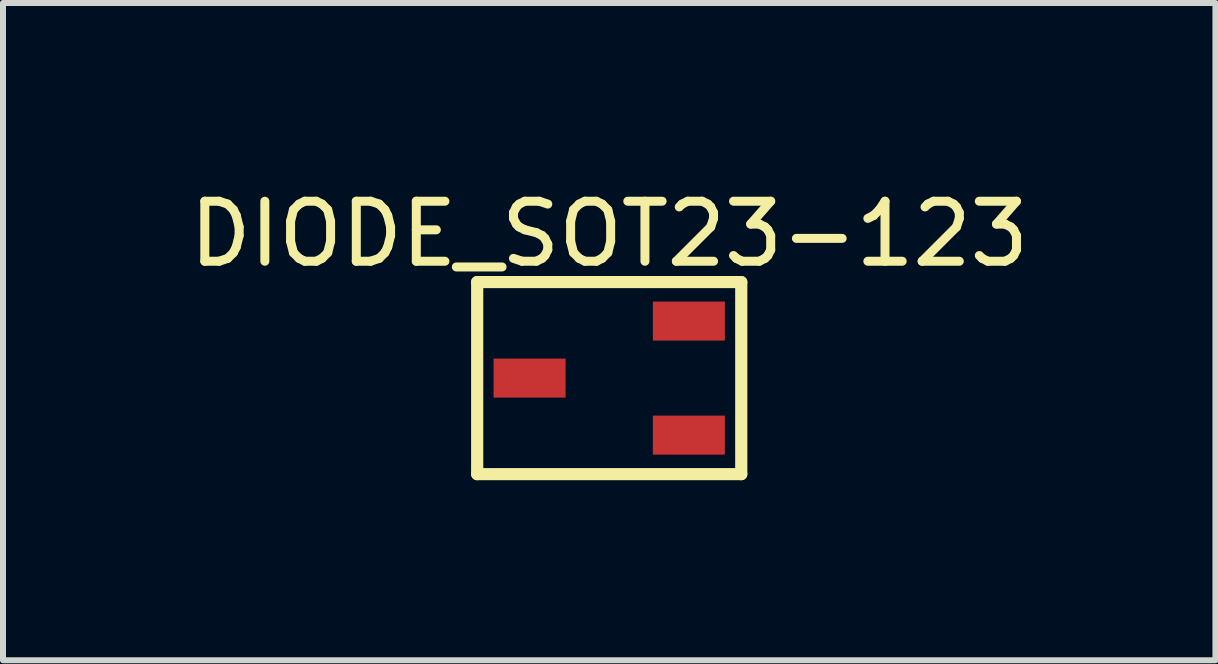
<source format=kicad_pcb>
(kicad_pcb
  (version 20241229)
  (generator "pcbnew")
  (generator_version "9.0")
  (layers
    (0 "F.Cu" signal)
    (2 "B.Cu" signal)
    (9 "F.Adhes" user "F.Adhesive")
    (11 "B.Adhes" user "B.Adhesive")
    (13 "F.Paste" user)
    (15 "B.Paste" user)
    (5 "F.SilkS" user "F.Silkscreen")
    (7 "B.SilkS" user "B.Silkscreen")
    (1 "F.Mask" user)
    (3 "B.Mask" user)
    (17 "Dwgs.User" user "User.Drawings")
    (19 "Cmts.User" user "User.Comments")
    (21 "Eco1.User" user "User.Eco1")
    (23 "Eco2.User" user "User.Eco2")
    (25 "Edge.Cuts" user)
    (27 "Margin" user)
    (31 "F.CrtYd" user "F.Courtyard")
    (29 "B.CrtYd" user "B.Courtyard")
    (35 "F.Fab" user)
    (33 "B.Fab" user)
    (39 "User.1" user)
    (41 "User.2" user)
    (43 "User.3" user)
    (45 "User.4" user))
  (footprint "DIODE_SOT23-123"
    (layer "F.Cu")
    (at 7.101 3.25)
    (property "Reference" "DIODE_SOT23-123" (at 0 -2.402 0) (layer "F.SilkS") (effects (font (size 1 1) (thickness 0.15))))
    (fp_line (start -2.2 -1.6) (end 2.2 -1.6) (stroke (width 0.203) (type solid)) (layer "F.SilkS"))
    (fp_line (start -2.2 1.6) (end -2.2 -1.6) (stroke (width 0.203) (type solid)) (layer "F.SilkS"))
    (fp_line (start -2.2 1.6) (end 2.2 1.6) (stroke (width 0.203) (type solid)) (layer "F.SilkS"))
    (fp_line (start 2.2 1.6) (end 2.2 -1.6) (stroke (width 0.203) (type solid)) (layer "F.SilkS"))
    (pad "1" smd rect (at 1.327 0.95 90) (size 0.65 1.2) (layers "F.Cu" "F.Mask" "F.Paste"))
    (pad "2" smd rect (at 1.327 -0.95 90) (size 0.65 1.2) (layers "F.Cu" "F.Mask" "F.Paste"))
    (pad "3" smd rect (at -1.327 0 90) (size 0.65 1.2) (layers "F.Cu" "F.Mask" "F.Paste")))
  (gr_rect
    (start -3 -3)
    (end 17.202 7.951)
    (stroke (width 0.1) (type default))
    (fill no)
    (layer "Edge.Cuts")))
</source>
